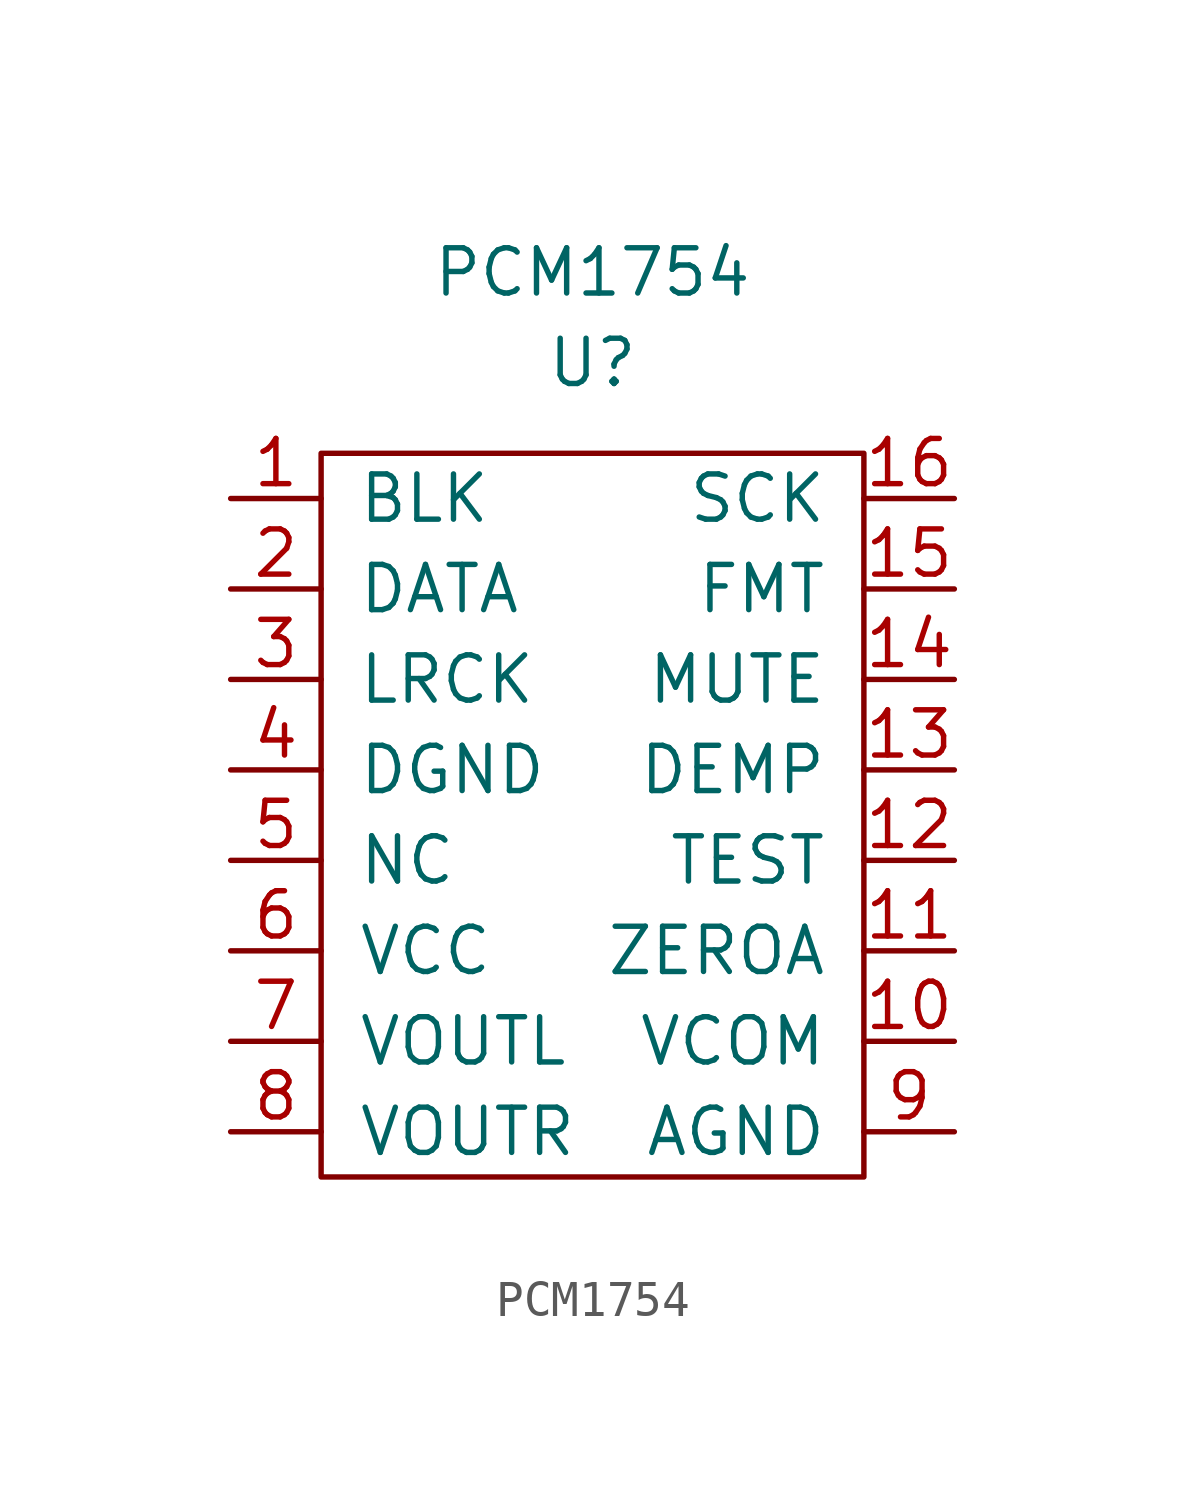
<source format=kicad_sym>
(kicad_symbol_lib
  (version 20220914)
  (generator kicad_symbol_editor)
  (symbol "PCM1754"
    (pin_names
      (offset 1.016))
    (property "Reference" "U"
      (at 0 -1.27 0)
      (effects (font (size 1.27 1.27))))
    (property "Value" "PCM1754"
      (at 0 1.27 0)
      (effects (font (size 1.27 1.27))))
    (symbol "PCM1754_0_1"
      (rectangle (start -7.62 -3.81) (end 7.62 -24.13) (stroke (width 0) (type solid)) (fill (type none))))
    (symbol "PCM1754_1_1"
      (pin input line (at -10.16 -5.08 0) (length 2.54) (name "BLK" (effects (font (size 1.27 1.27)))) (number "1" (effects (font (size 1.27 1.27)))))
      (pin output line (at 10.16 -20.32 180) (length 2.54) (name "VCOM" (effects (font (size 1.27 1.27)))) (number "10" (effects (font (size 1.27 1.27)))))
      (pin output line (at 10.16 -17.78 180) (length 2.54) (name "ZEROA" (effects (font (size 1.27 1.27)))) (number "11" (effects (font (size 1.27 1.27)))))
      (pin unspecified line (at 10.16 -15.24 180) (length 2.54) (name "TEST" (effects (font (size 1.27 1.27)))) (number "12" (effects (font (size 1.27 1.27)))))
      (pin input line (at 10.16 -12.7 180) (length 2.54) (name "DEMP" (effects (font (size 1.27 1.27)))) (number "13" (effects (font (size 1.27 1.27)))))
      (pin input line (at 10.16 -10.16 180) (length 2.54) (name "MUTE" (effects (font (size 1.27 1.27)))) (number "14" (effects (font (size 1.27 1.27)))))
      (pin input line (at 10.16 -7.62 180) (length 2.54) (name "FMT" (effects (font (size 1.27 1.27)))) (number "15" (effects (font (size 1.27 1.27)))))
      (pin input line (at 10.16 -5.08 180) (length 2.54) (name "SCK" (effects (font (size 1.27 1.27)))) (number "16" (effects (font (size 1.27 1.27)))))
      (pin input line (at -10.16 -7.62 0) (length 2.54) (name "DATA" (effects (font (size 1.27 1.27)))) (number "2" (effects (font (size 1.27 1.27)))))
      (pin input line (at -10.16 -10.16 0) (length 2.54) (name "LRCK" (effects (font (size 1.27 1.27)))) (number "3" (effects (font (size 1.27 1.27)))))
      (pin input line (at -10.16 -12.7 0) (length 2.54) (name "DGND" (effects (font (size 1.27 1.27)))) (number "4" (effects (font (size 1.27 1.27)))))
      (pin unspecified line (at -10.16 -15.24 0) (length 2.54) (name "NC" (effects (font (size 1.27 1.27)))) (number "5" (effects (font (size 1.27 1.27)))))
      (pin unspecified line (at -10.16 -17.78 0) (length 2.54) (name "VCC" (effects (font (size 1.27 1.27)))) (number "6" (effects (font (size 1.27 1.27)))))
      (pin output line (at -10.16 -20.32 0) (length 2.54) (name "VOUTL" (effects (font (size 1.27 1.27)))) (number "7" (effects (font (size 1.27 1.27)))))
      (pin output line (at -10.16 -22.86 0) (length 2.54) (name "VOUTR" (effects (font (size 1.27 1.27)))) (number "8" (effects (font (size 1.27 1.27)))))
      (pin unspecified line (at 10.16 -22.86 180) (length 2.54) (name "AGND" (effects (font (size 1.27 1.27)))) (number "9" (effects (font (size 1.27 1.27))))))))
</source>
